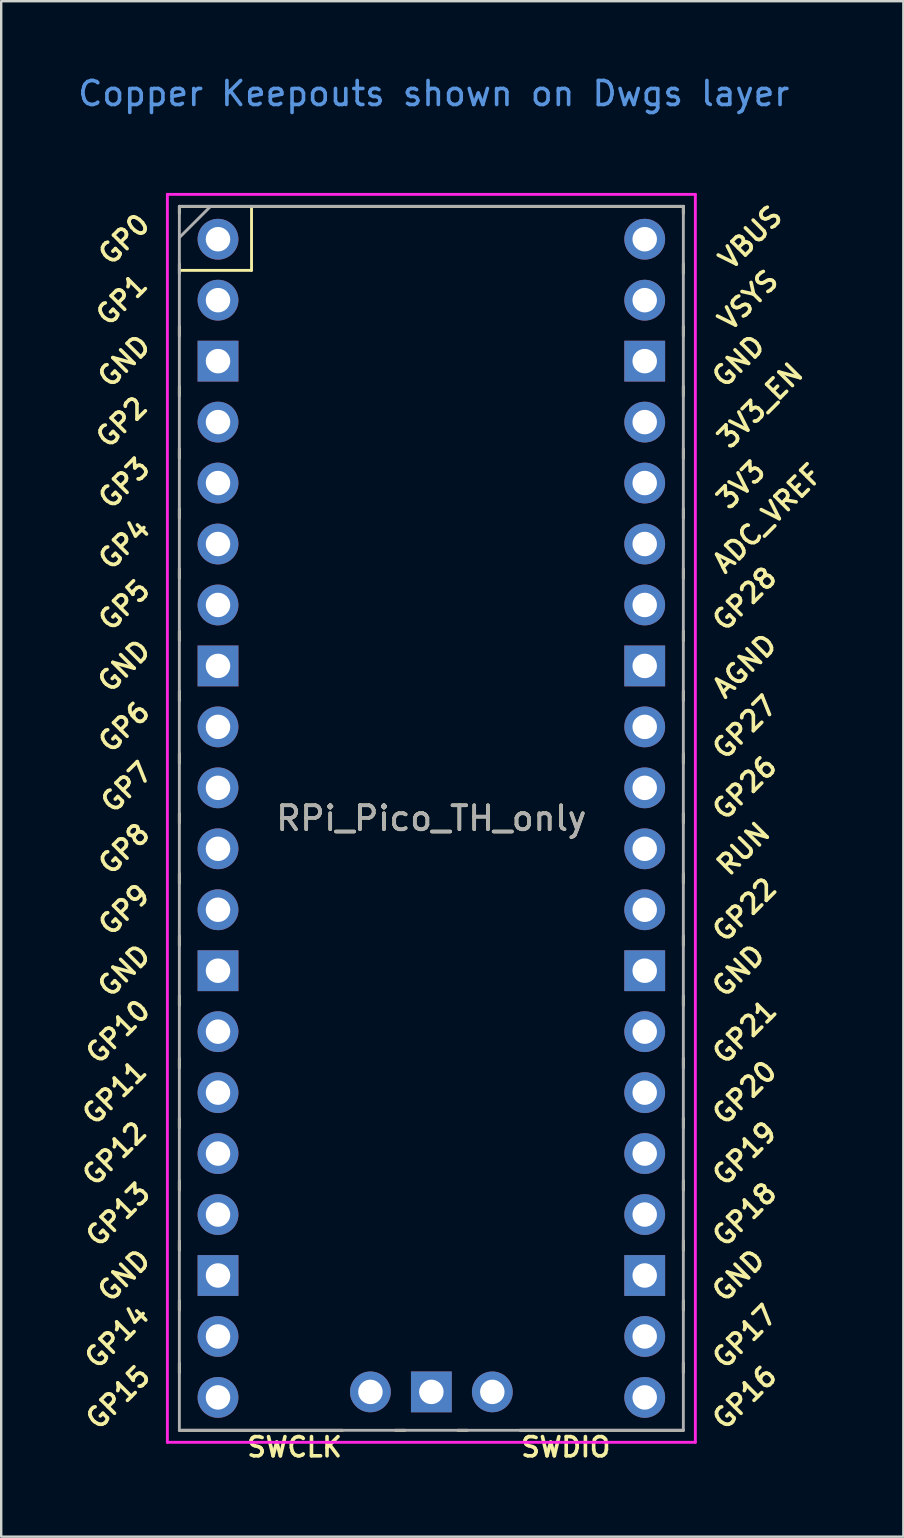
<source format=kicad_pcb>
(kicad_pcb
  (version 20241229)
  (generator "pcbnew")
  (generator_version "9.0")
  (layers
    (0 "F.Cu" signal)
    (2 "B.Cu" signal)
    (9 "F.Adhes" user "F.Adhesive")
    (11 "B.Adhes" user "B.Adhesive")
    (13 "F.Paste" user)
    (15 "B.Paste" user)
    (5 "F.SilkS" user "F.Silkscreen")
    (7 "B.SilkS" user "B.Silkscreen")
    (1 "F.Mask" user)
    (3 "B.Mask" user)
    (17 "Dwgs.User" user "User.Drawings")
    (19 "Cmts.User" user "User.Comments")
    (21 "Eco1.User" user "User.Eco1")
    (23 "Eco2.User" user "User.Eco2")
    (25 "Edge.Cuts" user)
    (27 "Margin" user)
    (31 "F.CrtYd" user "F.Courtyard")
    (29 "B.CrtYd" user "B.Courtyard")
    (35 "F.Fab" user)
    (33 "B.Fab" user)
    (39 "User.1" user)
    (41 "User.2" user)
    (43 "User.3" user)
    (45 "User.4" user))
  (footprint "RPi_Pico_TH_only"
    (layer "F.Cu")
    (at 14.924 31.048)
    (property "Reference" "RPi_Pico_TH_only" (at 0 0 0) (layer "F.SilkS") (effects (font (size 1 1) (thickness 0.15))))
    (attr through_hole)
    (fp_line (start -10.5 -25.5) (end -10.5 -25.2) (stroke (width 0.12) (type solid)) (layer "F.SilkS"))
    (fp_line (start -10.5 -25.5) (end 10.5 -25.5) (stroke (width 0.12) (type solid)) (layer "F.SilkS"))
    (fp_line (start -10.5 -23.1) (end -10.5 -22.7) (stroke (width 0.12) (type solid)) (layer "F.SilkS"))
    (fp_line (start -10.5 -22.833) (end -7.493 -22.833) (stroke (width 0.12) (type solid)) (layer "F.SilkS"))
    (fp_line (start -10.5 -20.5) (end -10.5 -20.1) (stroke (width 0.12) (type solid)) (layer "F.SilkS"))
    (fp_line (start -10.5 -18) (end -10.5 -17.6) (stroke (width 0.12) (type solid)) (layer "F.SilkS"))
    (fp_line (start -10.5 -15.4) (end -10.5 -15) (stroke (width 0.12) (type solid)) (layer "F.SilkS"))
    (fp_line (start -10.5 -12.9) (end -10.5 -12.5) (stroke (width 0.12) (type solid)) (layer "F.SilkS"))
    (fp_line (start -10.5 -10.4) (end -10.5 -10) (stroke (width 0.12) (type solid)) (layer "F.SilkS"))
    (fp_line (start -10.5 -7.8) (end -10.5 -7.4) (stroke (width 0.12) (type solid)) (layer "F.SilkS"))
    (fp_line (start -10.5 -5.3) (end -10.5 -4.9) (stroke (width 0.12) (type solid)) (layer "F.SilkS"))
    (fp_line (start -10.5 -2.7) (end -10.5 -2.3) (stroke (width 0.12) (type solid)) (layer "F.SilkS"))
    (fp_line (start -10.5 -0.2) (end -10.5 0.2) (stroke (width 0.12) (type solid)) (layer "F.SilkS"))
    (fp_line (start -10.5 2.3) (end -10.5 2.7) (stroke (width 0.12) (type solid)) (layer "F.SilkS"))
    (fp_line (start -10.5 4.9) (end -10.5 5.3) (stroke (width 0.12) (type solid)) (layer "F.SilkS"))
    (fp_line (start -10.5 7.4) (end -10.5 7.8) (stroke (width 0.12) (type solid)) (layer "F.SilkS"))
    (fp_line (start -10.5 10) (end -10.5 10.4) (stroke (width 0.12) (type solid)) (layer "F.SilkS"))
    (fp_line (start -10.5 12.5) (end -10.5 12.9) (stroke (width 0.12) (type solid)) (layer "F.SilkS"))
    (fp_line (start -10.5 15.1) (end -10.5 15.5) (stroke (width 0.12) (type solid)) (layer "F.SilkS"))
    (fp_line (start -10.5 17.6) (end -10.5 18) (stroke (width 0.12) (type solid)) (layer "F.SilkS"))
    (fp_line (start -10.5 20.1) (end -10.5 20.5) (stroke (width 0.12) (type solid)) (layer "F.SilkS"))
    (fp_line (start -10.5 22.7) (end -10.5 23.1) (stroke (width 0.12) (type solid)) (layer "F.SilkS"))
    (fp_line (start -7.493 -22.833) (end -7.493 -25.5) (stroke (width 0.12) (type solid)) (layer "F.SilkS"))
    (fp_line (start -3.7 25.5) (end -10.5 25.5) (stroke (width 0.12) (type solid)) (layer "F.SilkS"))
    (fp_line (start -1.5 25.5) (end -1.1 25.5) (stroke (width 0.12) (type solid)) (layer "F.SilkS"))
    (fp_line (start 1.1 25.5) (end 1.5 25.5) (stroke (width 0.12) (type solid)) (layer "F.SilkS"))
    (fp_line (start 10.5 -25.5) (end 10.5 -25.2) (stroke (width 0.12) (type solid)) (layer "F.SilkS"))
    (fp_line (start 10.5 -23.1) (end 10.5 -22.7) (stroke (width 0.12) (type solid)) (layer "F.SilkS"))
    (fp_line (start 10.5 -20.5) (end 10.5 -20.1) (stroke (width 0.12) (type solid)) (layer "F.SilkS"))
    (fp_line (start 10.5 -18) (end 10.5 -17.6) (stroke (width 0.12) (type solid)) (layer "F.SilkS"))
    (fp_line (start 10.5 -15.4) (end 10.5 -15) (stroke (width 0.12) (type solid)) (layer "F.SilkS"))
    (fp_line (start 10.5 -12.9) (end 10.5 -12.5) (stroke (width 0.12) (type solid)) (layer "F.SilkS"))
    (fp_line (start 10.5 -10.4) (end 10.5 -10) (stroke (width 0.12) (type solid)) (layer "F.SilkS"))
    (fp_line (start 10.5 -7.8) (end 10.5 -7.4) (stroke (width 0.12) (type solid)) (layer "F.SilkS"))
    (fp_line (start 10.5 -5.3) (end 10.5 -4.9) (stroke (width 0.12) (type solid)) (layer "F.SilkS"))
    (fp_line (start 10.5 -2.7) (end 10.5 -2.3) (stroke (width 0.12) (type solid)) (layer "F.SilkS"))
    (fp_line (start 10.5 -0.2) (end 10.5 0.2) (stroke (width 0.12) (type solid)) (layer "F.SilkS"))
    (fp_line (start 10.5 2.3) (end 10.5 2.7) (stroke (width 0.12) (type solid)) (layer "F.SilkS"))
    (fp_line (start 10.5 4.9) (end 10.5 5.3) (stroke (width 0.12) (type solid)) (layer "F.SilkS"))
    (fp_line (start 10.5 7.4) (end 10.5 7.8) (stroke (width 0.12) (type solid)) (layer "F.SilkS"))
    (fp_line (start 10.5 10) (end 10.5 10.4) (stroke (width 0.12) (type solid)) (layer "F.SilkS"))
    (fp_line (start 10.5 12.5) (end 10.5 12.9) (stroke (width 0.12) (type solid)) (layer "F.SilkS"))
    (fp_line (start 10.5 15.1) (end 10.5 15.5) (stroke (width 0.12) (type solid)) (layer "F.SilkS"))
    (fp_line (start 10.5 17.6) (end 10.5 18) (stroke (width 0.12) (type solid)) (layer "F.SilkS"))
    (fp_line (start 10.5 20.1) (end 10.5 20.5) (stroke (width 0.12) (type solid)) (layer "F.SilkS"))
    (fp_line (start 10.5 22.7) (end 10.5 23.1) (stroke (width 0.12) (type solid)) (layer "F.SilkS"))
    (fp_line (start 10.5 25.5) (end 3.7 25.5) (stroke (width 0.12) (type solid)) (layer "F.SilkS"))
    (fp_line (start -11 -26) (end 11 -26) (stroke (width 0.12) (type solid)) (layer "F.CrtYd"))
    (fp_line (start -11 26) (end -11 -26) (stroke (width 0.12) (type solid)) (layer "F.CrtYd"))
    (fp_line (start 11 -26) (end 11 26) (stroke (width 0.12) (type solid)) (layer "F.CrtYd"))
    (fp_line (start 11 26) (end -11 26) (stroke (width 0.12) (type solid)) (layer "F.CrtYd"))
    (fp_line (start -10.5 -25.5) (end 10.5 -25.5) (stroke (width 0.12) (type solid)) (layer "F.Fab"))
    (fp_line (start -10.5 -24.2) (end -9.2 -25.5) (stroke (width 0.12) (type solid)) (layer "F.Fab"))
    (fp_line (start -10.5 25.5) (end -10.5 -25.5) (stroke (width 0.12) (type solid)) (layer "F.Fab"))
    (fp_line (start 10.5 -25.5) (end 10.5 25.5) (stroke (width 0.12) (type solid)) (layer "F.Fab"))
    (fp_line (start 10.5 25.5) (end -10.5 25.5) (stroke (width 0.12) (type solid)) (layer "F.Fab"))
    (fp_text user "GP2" (at -12.9 -16.51 45) (layer "F.SilkS") (effects (font (size 0.8 0.8) (thickness 0.15))))
    (fp_text user "GP16" (at 13.054 24.13 45) (layer "F.SilkS") (effects (font (size 0.8 0.8) (thickness 0.15))))
    (fp_text user "GP22" (at 13.054 3.81 45) (layer "F.SilkS") (effects (font (size 0.8 0.8) (thickness 0.15))))
    (fp_text user "GND" (at -12.8 -19.05 45) (layer "F.SilkS") (effects (font (size 0.8 0.8) (thickness 0.15))))
    (fp_text user "GND" (at -12.8 -6.35 45) (layer "F.SilkS") (effects (font (size 0.8 0.8) (thickness 0.15))))
    (fp_text user "SWCLK" (at -5.7 26.2 0) (layer "F.SilkS") (effects (font (size 0.8 0.8) (thickness 0.15))))
    (fp_text user "GP0" (at -12.8 -24.13 45) (layer "F.SilkS") (effects (font (size 0.8 0.8) (thickness 0.15))))
    (fp_text user "GP4" (at -12.8 -11.43 45) (layer "F.SilkS") (effects (font (size 0.8 0.8) (thickness 0.15))))
    (fp_text user "GND" (at -12.8 19.05 45) (layer "F.SilkS") (effects (font (size 0.8 0.8) (thickness 0.15))))
    (fp_text user "GP26" (at 13.054 -1.27 45) (layer "F.SilkS") (effects (font (size 0.8 0.8) (thickness 0.15))))
    (fp_text user "ADC_VREF" (at 14 -12.5 45) (layer "F.SilkS") (effects (font (size 0.8 0.8) (thickness 0.15))))
    (fp_text user "GND" (at 12.8 19.05 45) (layer "F.SilkS") (effects (font (size 0.8 0.8) (thickness 0.15))))
    (fp_text user "GP20" (at 13.054 11.43 45) (layer "F.SilkS") (effects (font (size 0.8 0.8) (thickness 0.15))))
    (fp_text user "GP9" (at -12.8 3.81 45) (layer "F.SilkS") (effects (font (size 0.8 0.8) (thickness 0.15))))
    (fp_text user "GP8" (at -12.8 1.27 45) (layer "F.SilkS") (effects (font (size 0.8 0.8) (thickness 0.15))))
    (fp_text user "GP1" (at -12.9 -21.6 45) (layer "F.SilkS") (effects (font (size 0.8 0.8) (thickness 0.15))))
    (fp_text user "GP15" (at -13.054 24.13 45) (layer "F.SilkS") (effects (font (size 0.8 0.8) (thickness 0.15))))
    (fp_text user "GP28" (at 13.054 -9.144 45) (layer "F.SilkS") (effects (font (size 0.8 0.8) (thickness 0.15))))
    (fp_text user "SWDIO" (at 5.6 26.2 0) (layer "F.SilkS") (effects (font (size 0.8 0.8) (thickness 0.15))))
    (fp_text user "GND" (at 12.8 -19.05 45) (layer "F.SilkS") (effects (font (size 0.8 0.8) (thickness 0.15))))
    (fp_text user "GP17" (at 13.054 21.59 45) (layer "F.SilkS") (effects (font (size 0.8 0.8) (thickness 0.15))))
    (fp_text user "GP3" (at -12.8 -13.97 45) (layer "F.SilkS") (effects (font (size 0.8 0.8) (thickness 0.15))))
    (fp_text user "GP5" (at -12.8 -8.89 45) (layer "F.SilkS") (effects (font (size 0.8 0.8) (thickness 0.15))))
    (fp_text user "GP11" (at -13.2 11.43 45) (layer "F.SilkS") (effects (font (size 0.8 0.8) (thickness 0.15))))
    (fp_text user "VSYS" (at 13.2 -21.59 45) (layer "F.SilkS") (effects (font (size 0.8 0.8) (thickness 0.15))))
    (fp_text user "GP6" (at -12.8 -3.81 45) (layer "F.SilkS") (effects (font (size 0.8 0.8) (thickness 0.15))))
    (fp_text user "RUN" (at 13 1.27 45) (layer "F.SilkS") (effects (font (size 0.8 0.8) (thickness 0.15))))
    (fp_text user "3V3_EN" (at 13.7 -17.2 45) (layer "F.SilkS") (effects (font (size 0.8 0.8) (thickness 0.15))))
    (fp_text user "GP14" (at -13.1 21.59 45) (layer "F.SilkS") (effects (font (size 0.8 0.8) (thickness 0.15))))
    (fp_text user "GP18" (at 13.054 16.51 45) (layer "F.SilkS") (effects (font (size 0.8 0.8) (thickness 0.15))))
    (fp_text user "AGND" (at 13.054 -6.35 45) (layer "F.SilkS") (effects (font (size 0.8 0.8) (thickness 0.15))))
    (fp_text user "GP7" (at -12.7 -1.3 45) (layer "F.SilkS") (effects (font (size 0.8 0.8) (thickness 0.15))))
    (fp_text user "GP13" (at -13.054 16.51 45) (layer "F.SilkS") (effects (font (size 0.8 0.8) (thickness 0.15))))
    (fp_text user "GP10" (at -13.054 8.89 45) (layer "F.SilkS") (effects (font (size 0.8 0.8) (thickness 0.15))))
    (fp_text user "3V3" (at 12.9 -13.9 45) (layer "F.SilkS") (effects (font (size 0.8 0.8) (thickness 0.15))))
    (fp_text user "GP21" (at 13.054 8.9 45) (layer "F.SilkS") (effects (font (size 0.8 0.8) (thickness 0.15))))
    (fp_text user "GND" (at -12.8 6.35 45) (layer "F.SilkS") (effects (font (size 0.8 0.8) (thickness 0.15))))
    (fp_text user "GP12" (at -13.2 13.97 45) (layer "F.SilkS") (effects (font (size 0.8 0.8) (thickness 0.15))))
    (fp_text user "GP27" (at 13.054 -3.8 45) (layer "F.SilkS") (effects (font (size 0.8 0.8) (thickness 0.15))))
    (fp_text user "GP19" (at 13.054 13.97 45) (layer "F.SilkS") (effects (font (size 0.8 0.8) (thickness 0.15))))
    (fp_text user "VBUS" (at 13.3 -24.2 45) (layer "F.SilkS") (effects (font (size 0.8 0.8) (thickness 0.15))))
    (fp_text user "GND" (at 12.8 6.35 45) (layer "F.SilkS") (effects (font (size 0.8 0.8) (thickness 0.15))))
    (fp_text user "Copper Keepouts shown on Dwgs layer" (at 0.1 -30.2 0) (layer "Cmts.User") (effects (font (size 1 1) (thickness 0.15))))
    (fp_text user "${REFERENCE}" (at 0 0 180) (layer "F.Fab") (effects (font (size 1 1) (thickness 0.15))))
    (pad "1" thru_hole oval (at -8.89 -24.13) (size 1.7 1.7) (drill 1.02) (layers "*.Cu" "*.Mask"))
    (pad "2" thru_hole oval (at -8.89 -21.59) (size 1.7 1.7) (drill 1.02) (layers "*.Cu" "*.Mask"))
    (pad "3" thru_hole rect (at -8.89 -19.05) (size 1.7 1.7) (drill 1.02) (layers "*.Cu" "*.Mask"))
    (pad "4" thru_hole oval (at -8.89 -16.51) (size 1.7 1.7) (drill 1.02) (layers "*.Cu" "*.Mask"))
    (pad "5" thru_hole oval (at -8.89 -13.97) (size 1.7 1.7) (drill 1.02) (layers "*.Cu" "*.Mask"))
    (pad "6" thru_hole oval (at -8.89 -11.43) (size 1.7 1.7) (drill 1.02) (layers "*.Cu" "*.Mask"))
    (pad "7" thru_hole oval (at -8.89 -8.89) (size 1.7 1.7) (drill 1.02) (layers "*.Cu" "*.Mask"))
    (pad "8" thru_hole rect (at -8.89 -6.35) (size 1.7 1.7) (drill 1.02) (layers "*.Cu" "*.Mask"))
    (pad "9" thru_hole oval (at -8.89 -3.81) (size 1.7 1.7) (drill 1.02) (layers "*.Cu" "*.Mask"))
    (pad "10" thru_hole oval (at -8.89 -1.27) (size 1.7 1.7) (drill 1.02) (layers "*.Cu" "*.Mask"))
    (pad "11" thru_hole oval (at -8.89 1.27) (size 1.7 1.7) (drill 1.02) (layers "*.Cu" "*.Mask"))
    (pad "12" thru_hole oval (at -8.89 3.81) (size 1.7 1.7) (drill 1.02) (layers "*.Cu" "*.Mask"))
    (pad "13" thru_hole rect (at -8.89 6.35) (size 1.7 1.7) (drill 1.02) (layers "*.Cu" "*.Mask"))
    (pad "14" thru_hole oval (at -8.89 8.89) (size 1.7 1.7) (drill 1.02) (layers "*.Cu" "*.Mask"))
    (pad "15" thru_hole oval (at -8.89 11.43) (size 1.7 1.7) (drill 1.02) (layers "*.Cu" "*.Mask"))
    (pad "16" thru_hole oval (at -8.89 13.97) (size 1.7 1.7) (drill 1.02) (layers "*.Cu" "*.Mask"))
    (pad "17" thru_hole oval (at -8.89 16.51) (size 1.7 1.7) (drill 1.02) (layers "*.Cu" "*.Mask"))
    (pad "18" thru_hole rect (at -8.89 19.05) (size 1.7 1.7) (drill 1.02) (layers "*.Cu" "*.Mask"))
    (pad "19" thru_hole oval (at -8.89 21.59) (size 1.7 1.7) (drill 1.02) (layers "*.Cu" "*.Mask"))
    (pad "20" thru_hole oval (at -8.89 24.13) (size 1.7 1.7) (drill 1.02) (layers "*.Cu" "*.Mask"))
    (pad "21" thru_hole oval (at 8.89 24.13) (size 1.7 1.7) (drill 1.02) (layers "*.Cu" "*.Mask"))
    (pad "22" thru_hole oval (at 8.89 21.59) (size 1.7 1.7) (drill 1.02) (layers "*.Cu" "*.Mask"))
    (pad "23" thru_hole rect (at 8.89 19.05) (size 1.7 1.7) (drill 1.02) (layers "*.Cu" "*.Mask"))
    (pad "24" thru_hole oval (at 8.89 16.51) (size 1.7 1.7) (drill 1.02) (layers "*.Cu" "*.Mask"))
    (pad "25" thru_hole oval (at 8.89 13.97) (size 1.7 1.7) (drill 1.02) (layers "*.Cu" "*.Mask"))
    (pad "26" thru_hole oval (at 8.89 11.43) (size 1.7 1.7) (drill 1.02) (layers "*.Cu" "*.Mask"))
    (pad "27" thru_hole oval (at 8.89 8.89) (size 1.7 1.7) (drill 1.02) (layers "*.Cu" "*.Mask"))
    (pad "28" thru_hole rect (at 8.89 6.35) (size 1.7 1.7) (drill 1.02) (layers "*.Cu" "*.Mask"))
    (pad "29" thru_hole oval (at 8.89 3.81) (size 1.7 1.7) (drill 1.02) (layers "*.Cu" "*.Mask"))
    (pad "30" thru_hole oval (at 8.89 1.27) (size 1.7 1.7) (drill 1.02) (layers "*.Cu" "*.Mask"))
    (pad "31" thru_hole oval (at 8.89 -1.27) (size 1.7 1.7) (drill 1.02) (layers "*.Cu" "*.Mask"))
    (pad "32" thru_hole oval (at 8.89 -3.81) (size 1.7 1.7) (drill 1.02) (layers "*.Cu" "*.Mask"))
    (pad "33" thru_hole rect (at 8.89 -6.35) (size 1.7 1.7) (drill 1.02) (layers "*.Cu" "*.Mask"))
    (pad "34" thru_hole oval (at 8.89 -8.89) (size 1.7 1.7) (drill 1.02) (layers "*.Cu" "*.Mask"))
    (pad "35" thru_hole oval (at 8.89 -11.43) (size 1.7 1.7) (drill 1.02) (layers "*.Cu" "*.Mask"))
    (pad "36" thru_hole oval (at 8.89 -13.97) (size 1.7 1.7) (drill 1.02) (layers "*.Cu" "*.Mask"))
    (pad "37" thru_hole oval (at 8.89 -16.51) (size 1.7 1.7) (drill 1.02) (layers "*.Cu" "*.Mask"))
    (pad "38" thru_hole rect (at 8.89 -19.05) (size 1.7 1.7) (drill 1.02) (layers "*.Cu" "*.Mask"))
    (pad "39" thru_hole oval (at 8.89 -21.59) (size 1.7 1.7) (drill 1.02) (layers "*.Cu" "*.Mask"))
    (pad "40" thru_hole oval (at 8.89 -24.13) (size 1.7 1.7) (drill 1.02) (layers "*.Cu" "*.Mask"))
    (pad "41" thru_hole oval (at -2.54 23.9) (size 1.7 1.7) (drill 1.02) (layers "*.Cu" "*.Mask"))
    (pad "42" thru_hole rect (at 0 23.9) (size 1.7 1.7) (drill 1.02) (layers "*.Cu" "*.Mask"))
    (pad "43" thru_hole oval (at 2.54 23.9) (size 1.7 1.7) (drill 1.02) (layers "*.Cu" "*.Mask")))
  (gr_rect
    (start -3 -3)
    (end 34.591 60.98)
    (stroke (width 0.1) (type default))
    (fill no)
    (layer "Edge.Cuts")))
</source>
